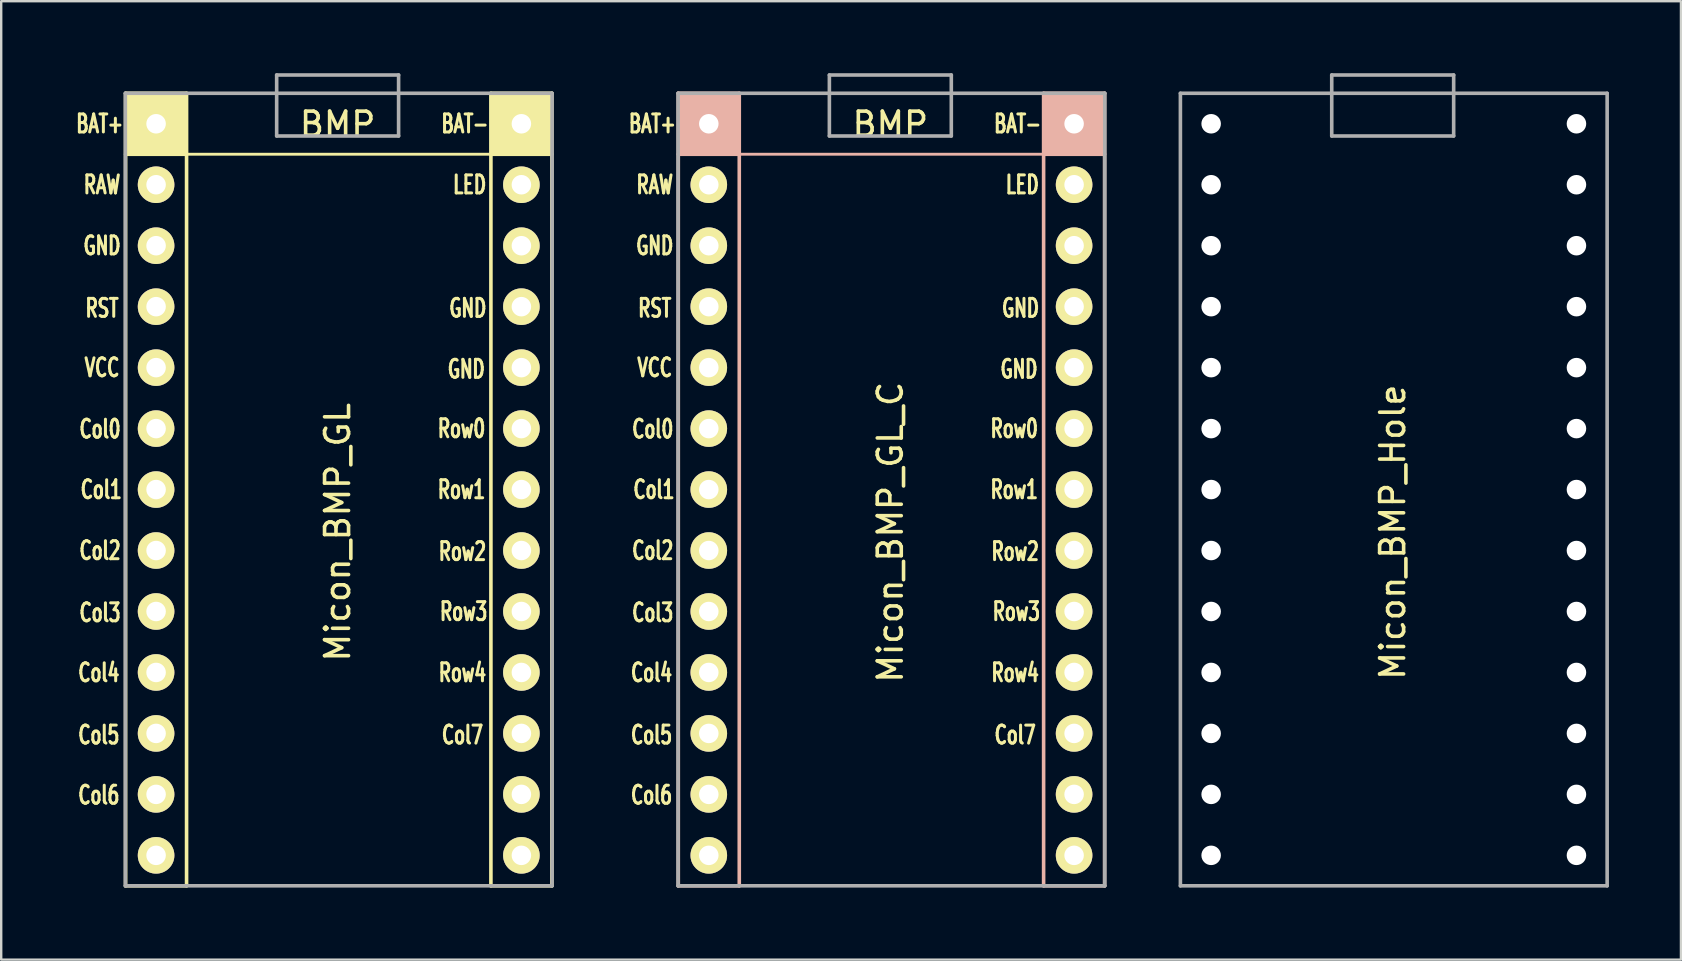
<source format=kicad_pcb>
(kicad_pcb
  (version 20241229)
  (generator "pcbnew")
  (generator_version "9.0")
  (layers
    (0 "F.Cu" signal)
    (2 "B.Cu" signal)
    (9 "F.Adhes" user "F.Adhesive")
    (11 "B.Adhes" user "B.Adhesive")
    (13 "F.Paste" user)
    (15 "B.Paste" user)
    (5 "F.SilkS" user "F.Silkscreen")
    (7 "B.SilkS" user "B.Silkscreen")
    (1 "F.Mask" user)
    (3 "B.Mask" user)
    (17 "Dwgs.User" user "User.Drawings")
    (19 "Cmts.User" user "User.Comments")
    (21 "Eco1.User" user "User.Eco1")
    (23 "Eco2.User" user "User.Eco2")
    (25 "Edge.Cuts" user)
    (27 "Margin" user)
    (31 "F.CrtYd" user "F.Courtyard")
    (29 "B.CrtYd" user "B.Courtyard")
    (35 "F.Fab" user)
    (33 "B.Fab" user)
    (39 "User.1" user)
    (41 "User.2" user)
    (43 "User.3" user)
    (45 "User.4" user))
  (footprint "Micon_BMP_GL"
    (layer "F.Cu")
    (at 11.017 19.125)
    (property "Reference" "Micon_BMP_GL" (at 0 0 270) (layer "F.SilkS") (effects (font (size 1 1) (thickness 0.15))))
    (attr through_hole)
    (fp_line (start -8.834 -18.288) (end -6.294 -18.288) (stroke (width 0.15) (type solid)) (layer "F.SilkS"))
    (fp_line (start -8.834 -15.748) (end -6.294 -15.748) (stroke (width 0.15) (type solid)) (layer "F.SilkS"))
    (fp_line (start -8.834 14.732) (end -8.834 -18.288) (stroke (width 0.15) (type solid)) (layer "F.SilkS"))
    (fp_line (start -6.294 -18.288) (end -6.294 14.732) (stroke (width 0.15) (type solid)) (layer "F.SilkS"))
    (fp_line (start -6.294 14.732) (end -8.834 14.732) (stroke (width 0.15) (type solid)) (layer "F.SilkS"))
    (fp_line (start 6.386 -18.288) (end 8.926 -18.288) (stroke (width 0.15) (type solid)) (layer "F.SilkS"))
    (fp_line (start 6.386 -15.748) (end -6.294 -15.748) (stroke (width 0.12) (type solid)) (layer "F.SilkS"))
    (fp_line (start 6.386 -15.748) (end 8.926 -15.748) (stroke (width 0.15) (type solid)) (layer "F.SilkS"))
    (fp_line (start 6.386 14.732) (end 6.386 -18.288) (stroke (width 0.15) (type solid)) (layer "F.SilkS"))
    (fp_line (start 8.926 -18.288) (end 8.926 14.732) (stroke (width 0.15) (type solid)) (layer "F.SilkS"))
    (fp_line (start 8.926 14.732) (end 6.386 14.732) (stroke (width 0.15) (type solid)) (layer "F.SilkS"))
    (fp_poly (pts (xy -6.294 -15.748) (xy -8.834 -15.748) (xy -8.834 -18.288) (xy -6.294 -18.288)) (stroke (width 0.1) (type solid)) (fill yes) (layer "F.SilkS"))
    (fp_poly (pts (xy 8.926 -15.748) (xy 6.386 -15.748) (xy 6.386 -18.288) (xy 8.926 -18.288)) (stroke (width 0.1) (type solid)) (fill yes) (layer "F.SilkS"))
    (fp_line (start -8.845 -18.288) (end 8.935 -18.288) (stroke (width 0.15) (type solid)) (layer "F.Fab"))
    (fp_line (start -8.845 14.732) (end -8.845 -18.288) (stroke (width 0.15) (type solid)) (layer "F.Fab"))
    (fp_line (start -2.54 -19.05) (end -2.54 -16.51) (stroke (width 0.15) (type solid)) (layer "F.Fab"))
    (fp_line (start -2.54 -16.51) (end 2.54 -16.51) (stroke (width 0.15) (type solid)) (layer "F.Fab"))
    (fp_line (start 2.54 -19.05) (end -2.54 -19.05) (stroke (width 0.15) (type solid)) (layer "F.Fab"))
    (fp_line (start 2.54 -16.51) (end 2.54 -19.05) (stroke (width 0.15) (type solid)) (layer "F.Fab"))
    (fp_line (start 8.935 -18.288) (end 8.935 14.732) (stroke (width 0.15) (type solid)) (layer "F.Fab"))
    (fp_line (start 8.935 14.732) (end -8.845 14.732) (stroke (width 0.15) (type solid)) (layer "F.Fab"))
    (fp_text user "" (at -0.5 -17.25 0) (layer "F.SilkS") (effects (font (size 1 1) (thickness 0.15))))
    (fp_text user "BMP" (at 0 -17 0) (layer "F.SilkS") (effects (font (size 1 1) (thickness 0.15))))
    (fp_text user "Col1" (at -9.85 -1.778 0) (layer "F.SilkS") (effects (font (size 0.75 0.5) (thickness 0.125))))
    (fp_text user "VCC" (at -9.816 -6.858 0) (layer "F.SilkS") (effects (font (size 0.75 0.5) (thickness 0.125))))
    (fp_text user "Col0" (at -9.9 -4.3 0) (layer "F.SilkS") (effects (font (size 0.75 0.5) (thickness 0.125))))
    (fp_text user "Col4" (at -9.95 5.85 0) (layer "F.SilkS") (effects (font (size 0.75 0.5) (thickness 0.125))))
    (fp_text user "Row2" (at 5.2 0.8 0) (layer "F.SilkS") (effects (font (size 0.75 0.5) (thickness 0.125))))
    (fp_text user "LED" (at 5.5 -14.478 0) (layer "F.SilkS") (effects (font (size 0.75 0.5) (thickness 0.125))))
    (fp_text user "Row1" (at 5.161 -1.778 0) (layer "F.SilkS") (effects (font (size 0.75 0.5) (thickness 0.125))))
    (fp_text user "Col5" (at -9.95 8.445 0) (layer "F.SilkS") (effects (font (size 0.75 0.5) (thickness 0.125))))
    (fp_text user "Row3" (at 5.25 3.302 0) (layer "F.SilkS") (effects (font (size 0.75 0.5) (thickness 0.125))))
    (fp_text user "GND" (at -9.816 -11.938 0) (layer "F.SilkS") (effects (font (size 0.75 0.5) (thickness 0.125))))
    (fp_text user "Col6" (at -9.95 10.95 0) (layer "F.SilkS") (effects (font (size 0.75 0.5) (thickness 0.125))))
    (fp_text user "Col3" (at -9.9 3.35 0) (layer "F.SilkS") (effects (font (size 0.75 0.5) (thickness 0.125))))
    (fp_text user "BAT+" (at -9.915 -17.018 0) (layer "F.SilkS") (effects (font (size 0.75 0.5) (thickness 0.125))))
    (fp_text user "RAW" (at -9.816 -14.478 0) (layer "F.SilkS") (effects (font (size 0.75 0.5) (thickness 0.125))))
    (fp_text user "Row0" (at 5.161 -4.318 0) (layer "F.SilkS") (effects (font (size 0.75 0.5) (thickness 0.125))))
    (fp_text user "GND" (at 5.361 -6.795 0) (layer "F.SilkS") (effects (font (size 0.75 0.5) (thickness 0.125))))
    (fp_text user "Row4" (at 5.2 5.85 0) (layer "F.SilkS") (effects (font (size 0.75 0.5) (thickness 0.125))))
    (fp_text user "GND" (at 5.425 -9.335 0) (layer "F.SilkS") (effects (font (size 0.75 0.5) (thickness 0.125))))
    (fp_text user "Col2" (at -9.9 0.762 0) (layer "F.SilkS") (effects (font (size 0.75 0.5) (thickness 0.125))))
    (fp_text user "Col7" (at 5.2 8.445 0) (layer "F.SilkS") (effects (font (size 0.75 0.5) (thickness 0.125))))
    (fp_text user "RST" (at -9.816 -9.335 0) (layer "F.SilkS") (effects (font (size 0.75 0.5) (thickness 0.125))))
    (fp_text user "BAT-" (at 5.3 -17.018 0) (layer "F.SilkS") (effects (font (size 0.75 0.5) (thickness 0.125))))
    (fp_text user "" (at -1.206 -16.256 0) (layer "B.SilkS") (effects (font (size 1 1) (thickness 0.15)) (justify mirror)))
    (pad "1" thru_hole circle (at 7.656 -14.478) (size 1.524 1.524) (drill 0.813) (layers "*.Cu" "*.Mask" "F.SilkS"))
    (pad "2" thru_hole circle (at 7.656 -11.938) (size 1.524 1.524) (drill 0.813) (layers "*.Cu" "*.Mask" "F.SilkS"))
    (pad "3" thru_hole circle (at 7.656 -9.398) (size 1.524 1.524) (drill 0.813) (layers "*.Cu" "*.Mask" "F.SilkS"))
    (pad "4" thru_hole circle (at 7.656 -6.858) (size 1.524 1.524) (drill 0.813) (layers "*.Cu" "*.Mask" "F.SilkS"))
    (pad "5" thru_hole circle (at 7.656 -4.318) (size 1.524 1.524) (drill 0.813) (layers "*.Cu" "*.Mask" "F.SilkS"))
    (pad "6" thru_hole circle (at 7.656 -1.778) (size 1.524 1.524) (drill 0.813) (layers "*.Cu" "*.Mask" "F.SilkS"))
    (pad "7" thru_hole circle (at 7.656 0.762) (size 1.524 1.524) (drill 0.813) (layers "*.Cu" "*.Mask" "F.SilkS"))
    (pad "8" thru_hole circle (at 7.656 3.302) (size 1.524 1.524) (drill 0.813) (layers "*.Cu" "*.Mask" "F.SilkS"))
    (pad "9" thru_hole circle (at 7.656 5.842) (size 1.524 1.524) (drill 0.813) (layers "*.Cu" "*.Mask" "F.SilkS"))
    (pad "10" thru_hole circle (at 7.656 8.382) (size 1.524 1.524) (drill 0.813) (layers "*.Cu" "*.Mask" "F.SilkS"))
    (pad "11" thru_hole circle (at 7.656 10.922) (size 1.524 1.524) (drill 0.813) (layers "*.Cu" "*.Mask" "F.SilkS"))
    (pad "12" thru_hole circle (at 7.656 13.462) (size 1.524 1.524) (drill 0.813) (layers "*.Cu" "*.Mask" "F.SilkS"))
    (pad "13" thru_hole circle (at -7.564 13.462) (size 1.524 1.524) (drill 0.813) (layers "*.Cu" "*.Mask" "F.SilkS"))
    (pad "14" thru_hole circle (at -7.564 10.922) (size 1.524 1.524) (drill 0.813) (layers "*.Cu" "*.Mask" "F.SilkS"))
    (pad "15" thru_hole circle (at -7.564 8.382) (size 1.524 1.524) (drill 0.813) (layers "*.Cu" "*.Mask" "F.SilkS"))
    (pad "16" thru_hole circle (at -7.564 5.842) (size 1.524 1.524) (drill 0.813) (layers "*.Cu" "*.Mask" "F.SilkS"))
    (pad "17" thru_hole circle (at -7.564 3.302) (size 1.524 1.524) (drill 0.813) (layers "*.Cu" "*.Mask" "F.SilkS"))
    (pad "18" thru_hole circle (at -7.564 0.762) (size 1.524 1.524) (drill 0.813) (layers "*.Cu" "*.Mask" "F.SilkS"))
    (pad "19" thru_hole circle (at -7.564 -1.778) (size 1.524 1.524) (drill 0.813) (layers "*.Cu" "*.Mask" "F.SilkS"))
    (pad "20" thru_hole circle (at -7.564 -4.318) (size 1.524 1.524) (drill 0.813) (layers "*.Cu" "*.Mask" "F.SilkS"))
    (pad "21" thru_hole circle (at -7.564 -6.858) (size 1.524 1.524) (drill 0.813) (layers "*.Cu" "*.Mask" "F.SilkS"))
    (pad "22" thru_hole circle (at -7.564 -9.398) (size 1.524 1.524) (drill 0.813) (layers "*.Cu" "*.Mask" "F.SilkS"))
    (pad "23" thru_hole circle (at -7.564 -11.938) (size 1.524 1.524) (drill 0.813) (layers "*.Cu" "*.Mask" "F.SilkS"))
    (pad "24" thru_hole circle (at -7.564 -14.478) (size 1.524 1.524) (drill 0.813) (layers "*.Cu" "*.Mask" "F.SilkS"))
    (pad "25" thru_hole circle (at -7.564 -17.018) (size 1.524 1.524) (drill 0.813) (layers "*.Cu" "*.Mask" "F.SilkS"))
    (pad "26" thru_hole circle (at 7.656 -17.018) (size 1.524 1.524) (drill 0.813) (layers "*.Cu" "*.Mask" "F.SilkS")))
  (footprint "Micon_BMP_Hole"
    (layer "F.Cu")
    (at 54.975 19.125)
    (property "Reference" "Micon_BMP_Hole" (at 0 0 270) (layer "F.SilkS") (effects (font (size 1 1) (thickness 0.15))))
    (attr through_hole)
    (fp_line (start -8.845 -18.288) (end 8.935 -18.288) (stroke (width 0.15) (type solid)) (layer "F.Fab"))
    (fp_line (start -8.845 14.732) (end -8.845 -18.288) (stroke (width 0.15) (type solid)) (layer "F.Fab"))
    (fp_line (start -2.54 -19.05) (end -2.54 -16.51) (stroke (width 0.15) (type solid)) (layer "F.Fab"))
    (fp_line (start -2.54 -16.51) (end 2.54 -16.51) (stroke (width 0.15) (type solid)) (layer "F.Fab"))
    (fp_line (start 2.54 -19.05) (end -2.54 -19.05) (stroke (width 0.15) (type solid)) (layer "F.Fab"))
    (fp_line (start 2.54 -16.51) (end 2.54 -19.05) (stroke (width 0.15) (type solid)) (layer "F.Fab"))
    (fp_line (start 8.935 -18.288) (end 8.935 14.732) (stroke (width 0.15) (type solid)) (layer "F.Fab"))
    (fp_line (start 8.935 14.732) (end -8.845 14.732) (stroke (width 0.15) (type solid)) (layer "F.Fab"))
    (fp_text user "" (at -0.5 -17.25 0) (layer "F.SilkS") (effects (font (size 1 1) (thickness 0.15))))
    (fp_text user "" (at -1.206 -16.256 0) (layer "B.SilkS") (effects (font (size 1 1) (thickness 0.15)) (justify mirror)))
    (pad "" np_thru_hole circle (at -7.564 -17.018) (size 0.813 0.813) (drill 0.813) (layers "*.Cu" "*.Mask"))
    (pad "" np_thru_hole circle (at -7.564 -14.478) (size 0.813 0.813) (drill 0.813) (layers "*.Cu" "*.Mask"))
    (pad "" np_thru_hole circle (at -7.564 -11.938) (size 0.813 0.813) (drill 0.813) (layers "*.Cu" "*.Mask"))
    (pad "" np_thru_hole circle (at -7.564 -9.398) (size 0.813 0.813) (drill 0.813) (layers "*.Cu" "*.Mask"))
    (pad "" np_thru_hole circle (at -7.564 -6.858) (size 0.813 0.813) (drill 0.813) (layers "*.Cu" "*.Mask"))
    (pad "" np_thru_hole circle (at -7.564 -4.318) (size 0.813 0.813) (drill 0.813) (layers "*.Cu" "*.Mask"))
    (pad "" np_thru_hole circle (at -7.564 -1.778) (size 0.813 0.813) (drill 0.813) (layers "*.Cu" "*.Mask"))
    (pad "" np_thru_hole circle (at -7.564 0.762) (size 0.813 0.813) (drill 0.813) (layers "*.Cu" "*.Mask"))
    (pad "" np_thru_hole circle (at -7.564 3.302) (size 0.813 0.813) (drill 0.813) (layers "*.Cu" "*.Mask"))
    (pad "" np_thru_hole circle (at -7.564 5.842) (size 0.813 0.813) (drill 0.813) (layers "*.Cu" "*.Mask"))
    (pad "" np_thru_hole circle (at -7.564 8.382) (size 0.813 0.813) (drill 0.813) (layers "*.Cu" "*.Mask"))
    (pad "" np_thru_hole circle (at -7.564 10.922) (size 0.813 0.813) (drill 0.813) (layers "*.Cu" "*.Mask"))
    (pad "" np_thru_hole circle (at -7.564 13.462) (size 0.813 0.813) (drill 0.813) (layers "*.Cu" "*.Mask"))
    (pad "" np_thru_hole circle (at 7.656 -17.018) (size 0.813 0.813) (drill 0.813) (layers "*.Cu" "*.Mask"))
    (pad "" np_thru_hole circle (at 7.656 -14.478) (size 0.813 0.813) (drill 0.813) (layers "*.Cu" "*.Mask"))
    (pad "" np_thru_hole circle (at 7.656 -11.938) (size 0.813 0.813) (drill 0.813) (layers "*.Cu" "*.Mask"))
    (pad "" np_thru_hole circle (at 7.656 -9.398) (size 0.813 0.813) (drill 0.813) (layers "*.Cu" "*.Mask"))
    (pad "" np_thru_hole circle (at 7.656 -6.858) (size 0.813 0.813) (drill 0.813) (layers "*.Cu" "*.Mask"))
    (pad "" np_thru_hole circle (at 7.656 -4.318) (size 0.813 0.813) (drill 0.813) (layers "*.Cu" "*.Mask"))
    (pad "" np_thru_hole circle (at 7.656 -1.778) (size 0.813 0.813) (drill 0.813) (layers "*.Cu" "*.Mask"))
    (pad "" np_thru_hole circle (at 7.656 0.762) (size 0.813 0.813) (drill 0.813) (layers "*.Cu" "*.Mask"))
    (pad "" np_thru_hole circle (at 7.656 3.302) (size 0.813 0.813) (drill 0.813) (layers "*.Cu" "*.Mask"))
    (pad "" np_thru_hole circle (at 7.656 5.842) (size 0.813 0.813) (drill 0.813) (layers "*.Cu" "*.Mask"))
    (pad "" np_thru_hole circle (at 7.656 8.382) (size 0.813 0.813) (drill 0.813) (layers "*.Cu" "*.Mask"))
    (pad "" np_thru_hole circle (at 7.656 10.922) (size 0.813 0.813) (drill 0.813) (layers "*.Cu" "*.Mask"))
    (pad "" np_thru_hole circle (at 7.656 13.462) (size 0.813 0.813) (drill 0.813) (layers "*.Cu" "*.Mask")))
  (footprint "Micon_BMP_GL_C"
    (layer "F.Cu")
    (at 34.045 19.125)
    (property "Reference" "Micon_BMP_GL_C" (at 0 0 270) (layer "F.SilkS") (effects (font (size 1 1) (thickness 0.15))))
    (attr through_hole)
    (fp_line (start -8.834 -18.288) (end -6.294 -18.288) (stroke (width 0.15) (type solid)) (layer "B.SilkS"))
    (fp_line (start -8.834 -15.748) (end -6.294 -15.748) (stroke (width 0.15) (type solid)) (layer "B.SilkS"))
    (fp_line (start -8.834 14.732) (end -8.834 -18.288) (stroke (width 0.15) (type solid)) (layer "B.SilkS"))
    (fp_line (start -6.294 -18.288) (end -6.294 14.732) (stroke (width 0.15) (type solid)) (layer "B.SilkS"))
    (fp_line (start -6.294 14.732) (end -8.834 14.732) (stroke (width 0.15) (type solid)) (layer "B.SilkS"))
    (fp_line (start 6.386 -18.288) (end 8.926 -18.288) (stroke (width 0.15) (type solid)) (layer "B.SilkS"))
    (fp_line (start 6.386 -15.748) (end -6.294 -15.748) (stroke (width 0.12) (type solid)) (layer "B.SilkS"))
    (fp_line (start 6.386 -15.748) (end 8.926 -15.748) (stroke (width 0.15) (type solid)) (layer "B.SilkS"))
    (fp_line (start 6.386 14.732) (end 6.386 -18.288) (stroke (width 0.15) (type solid)) (layer "B.SilkS"))
    (fp_line (start 8.926 -18.288) (end 8.926 14.732) (stroke (width 0.15) (type solid)) (layer "B.SilkS"))
    (fp_line (start 8.926 14.732) (end 6.386 14.732) (stroke (width 0.15) (type solid)) (layer "B.SilkS"))
    (fp_poly (pts (xy -6.294 -15.748) (xy -8.834 -15.748) (xy -8.834 -18.288) (xy -6.294 -18.288)) (stroke (width 0.1) (type solid)) (fill yes) (layer "B.SilkS"))
    (fp_poly (pts (xy 8.926 -15.748) (xy 6.386 -15.748) (xy 6.386 -18.288) (xy 8.926 -18.288)) (stroke (width 0.1) (type solid)) (fill yes) (layer "B.SilkS"))
    (fp_line (start -8.845 -18.288) (end 8.935 -18.288) (stroke (width 0.15) (type solid)) (layer "F.Fab"))
    (fp_line (start -8.845 14.732) (end -8.845 -18.288) (stroke (width 0.15) (type solid)) (layer "F.Fab"))
    (fp_line (start -2.54 -19.05) (end -2.54 -16.51) (stroke (width 0.15) (type solid)) (layer "F.Fab"))
    (fp_line (start -2.54 -16.51) (end 2.54 -16.51) (stroke (width 0.15) (type solid)) (layer "F.Fab"))
    (fp_line (start 2.54 -19.05) (end -2.54 -19.05) (stroke (width 0.15) (type solid)) (layer "F.Fab"))
    (fp_line (start 2.54 -16.51) (end 2.54 -19.05) (stroke (width 0.15) (type solid)) (layer "F.Fab"))
    (fp_line (start 8.935 -18.288) (end 8.935 14.732) (stroke (width 0.15) (type solid)) (layer "F.Fab"))
    (fp_line (start 8.935 14.732) (end -8.845 14.732) (stroke (width 0.15) (type solid)) (layer "F.Fab"))
    (fp_text user "GND" (at 5.361 -6.795 0) (layer "F.SilkS") (effects (font (size 0.75 0.5) (thickness 0.125))))
    (fp_text user "Col4" (at -9.95 5.85 0) (layer "F.SilkS") (effects (font (size 0.75 0.5) (thickness 0.125))))
    (fp_text user "Col7" (at 5.2 8.445 0) (layer "F.SilkS") (effects (font (size 0.75 0.5) (thickness 0.125))))
    (fp_text user "LED" (at 5.5 -14.478 0) (layer "F.SilkS") (effects (font (size 0.75 0.5) (thickness 0.125))))
    (fp_text user "RAW" (at -9.816 -14.478 0) (layer "F.SilkS") (effects (font (size 0.75 0.5) (thickness 0.125))))
    (fp_text user "RST" (at -9.816 -9.335 0) (layer "F.SilkS") (effects (font (size 0.75 0.5) (thickness 0.125))))
    (fp_text user "" (at -0.5 -17.25 0) (layer "F.SilkS") (effects (font (size 1 1) (thickness 0.15))))
    (fp_text user "Col0" (at -9.9 -4.3 0) (layer "F.SilkS") (effects (font (size 0.75 0.5) (thickness 0.125))))
    (fp_text user "Col6" (at -9.95 10.95 0) (layer "F.SilkS") (effects (font (size 0.75 0.5) (thickness 0.125))))
    (fp_text user "Row4" (at 5.2 5.85 0) (layer "F.SilkS") (effects (font (size 0.75 0.5) (thickness 0.125))))
    (fp_text user "Col3" (at -9.9 3.35 0) (layer "F.SilkS") (effects (font (size 0.75 0.5) (thickness 0.125))))
    (fp_text user "Col2" (at -9.9 0.762 0) (layer "F.SilkS") (effects (font (size 0.75 0.5) (thickness 0.125))))
    (fp_text user "VCC" (at -9.816 -6.858 0) (layer "F.SilkS") (effects (font (size 0.75 0.5) (thickness 0.125))))
    (fp_text user "Col5" (at -9.95 8.445 0) (layer "F.SilkS") (effects (font (size 0.75 0.5) (thickness 0.125))))
    (fp_text user "GND" (at -9.816 -11.938 0) (layer "F.SilkS") (effects (font (size 0.75 0.5) (thickness 0.125))))
    (fp_text user "Col1" (at -9.85 -1.778 0) (layer "F.SilkS") (effects (font (size 0.75 0.5) (thickness 0.125))))
    (fp_text user "Row2" (at 5.2 0.8 0) (layer "F.SilkS") (effects (font (size 0.75 0.5) (thickness 0.125))))
    (fp_text user "BMP" (at 0 -17 0) (layer "F.SilkS") (effects (font (size 1 1) (thickness 0.15))))
    (fp_text user "BAT-" (at 5.3 -17.018 0) (layer "F.SilkS") (effects (font (size 0.75 0.5) (thickness 0.125))))
    (fp_text user "Row1" (at 5.161 -1.778 0) (layer "F.SilkS") (effects (font (size 0.75 0.5) (thickness 0.125))))
    (fp_text user "GND" (at 5.425 -9.335 0) (layer "F.SilkS") (effects (font (size 0.75 0.5) (thickness 0.125))))
    (fp_text user "Row0" (at 5.161 -4.318 0) (layer "F.SilkS") (effects (font (size 0.75 0.5) (thickness 0.125))))
    (fp_text user "Row3" (at 5.25 3.302 0) (layer "F.SilkS") (effects (font (size 0.75 0.5) (thickness 0.125))))
    (fp_text user "BAT+" (at -9.915 -17.018 0) (layer "F.SilkS") (effects (font (size 0.75 0.5) (thickness 0.125))))
    (fp_text user "" (at -1.206 -16.256 0) (layer "B.SilkS") (effects (font (size 1 1) (thickness 0.15)) (justify mirror)))
    (pad "1" thru_hole circle (at 7.656 -14.478) (size 1.524 1.524) (drill 0.813) (layers "*.Cu" "*.Mask" "F.SilkS"))
    (pad "2" thru_hole circle (at 7.656 -11.938) (size 1.524 1.524) (drill 0.813) (layers "*.Cu" "*.Mask" "F.SilkS"))
    (pad "3" thru_hole circle (at 7.656 -9.398) (size 1.524 1.524) (drill 0.813) (layers "*.Cu" "*.Mask" "F.SilkS"))
    (pad "4" thru_hole circle (at 7.656 -6.858) (size 1.524 1.524) (drill 0.813) (layers "*.Cu" "*.Mask" "F.SilkS"))
    (pad "5" thru_hole circle (at 7.656 -4.318) (size 1.524 1.524) (drill 0.813) (layers "*.Cu" "*.Mask" "F.SilkS"))
    (pad "6" thru_hole circle (at 7.656 -1.778) (size 1.524 1.524) (drill 0.813) (layers "*.Cu" "*.Mask" "F.SilkS"))
    (pad "7" thru_hole circle (at 7.656 0.762) (size 1.524 1.524) (drill 0.813) (layers "*.Cu" "*.Mask" "F.SilkS"))
    (pad "8" thru_hole circle (at 7.656 3.302) (size 1.524 1.524) (drill 0.813) (layers "*.Cu" "*.Mask" "F.SilkS"))
    (pad "9" thru_hole circle (at 7.656 5.842) (size 1.524 1.524) (drill 0.813) (layers "*.Cu" "*.Mask" "F.SilkS"))
    (pad "10" thru_hole circle (at 7.656 8.382) (size 1.524 1.524) (drill 0.813) (layers "*.Cu" "*.Mask" "F.SilkS"))
    (pad "11" thru_hole circle (at 7.656 10.922) (size 1.524 1.524) (drill 0.813) (layers "*.Cu" "*.Mask" "F.SilkS"))
    (pad "12" thru_hole circle (at 7.656 13.462) (size 1.524 1.524) (drill 0.813) (layers "*.Cu" "*.Mask" "F.SilkS"))
    (pad "13" thru_hole circle (at -7.564 13.462) (size 1.524 1.524) (drill 0.813) (layers "*.Cu" "*.Mask" "F.SilkS"))
    (pad "14" thru_hole circle (at -7.564 10.922) (size 1.524 1.524) (drill 0.813) (layers "*.Cu" "*.Mask" "F.SilkS"))
    (pad "15" thru_hole circle (at -7.564 8.382) (size 1.524 1.524) (drill 0.813) (layers "*.Cu" "*.Mask" "F.SilkS"))
    (pad "16" thru_hole circle (at -7.564 5.842) (size 1.524 1.524) (drill 0.813) (layers "*.Cu" "*.Mask" "F.SilkS"))
    (pad "17" thru_hole circle (at -7.564 3.302) (size 1.524 1.524) (drill 0.813) (layers "*.Cu" "*.Mask" "F.SilkS"))
    (pad "18" thru_hole circle (at -7.564 0.762) (size 1.524 1.524) (drill 0.813) (layers "*.Cu" "*.Mask" "F.SilkS"))
    (pad "19" thru_hole circle (at -7.564 -1.778) (size 1.524 1.524) (drill 0.813) (layers "*.Cu" "*.Mask" "F.SilkS"))
    (pad "20" thru_hole circle (at -7.564 -4.318) (size 1.524 1.524) (drill 0.813) (layers "*.Cu" "*.Mask" "F.SilkS"))
    (pad "21" thru_hole circle (at -7.564 -6.858) (size 1.524 1.524) (drill 0.813) (layers "*.Cu" "*.Mask" "F.SilkS"))
    (pad "22" thru_hole circle (at -7.564 -9.398) (size 1.524 1.524) (drill 0.813) (layers "*.Cu" "*.Mask" "F.SilkS"))
    (pad "23" thru_hole circle (at -7.564 -11.938) (size 1.524 1.524) (drill 0.813) (layers "*.Cu" "*.Mask" "F.SilkS"))
    (pad "24" thru_hole circle (at -7.564 -14.478) (size 1.524 1.524) (drill 0.813) (layers "*.Cu" "*.Mask" "F.SilkS"))
    (pad "25" thru_hole circle (at -7.564 -17.018) (size 1.524 1.524) (drill 0.813) (layers "*.Cu" "*.Mask" "F.SilkS"))
    (pad "26" thru_hole circle (at 7.656 -17.018) (size 1.524 1.524) (drill 0.813) (layers "*.Cu" "*.Mask" "F.SilkS")))
  (gr_rect
    (start -3 -3)
    (end 66.985 36.932)
    (stroke (width 0.1) (type default))
    (fill no)
    (layer "Edge.Cuts")))
</source>
